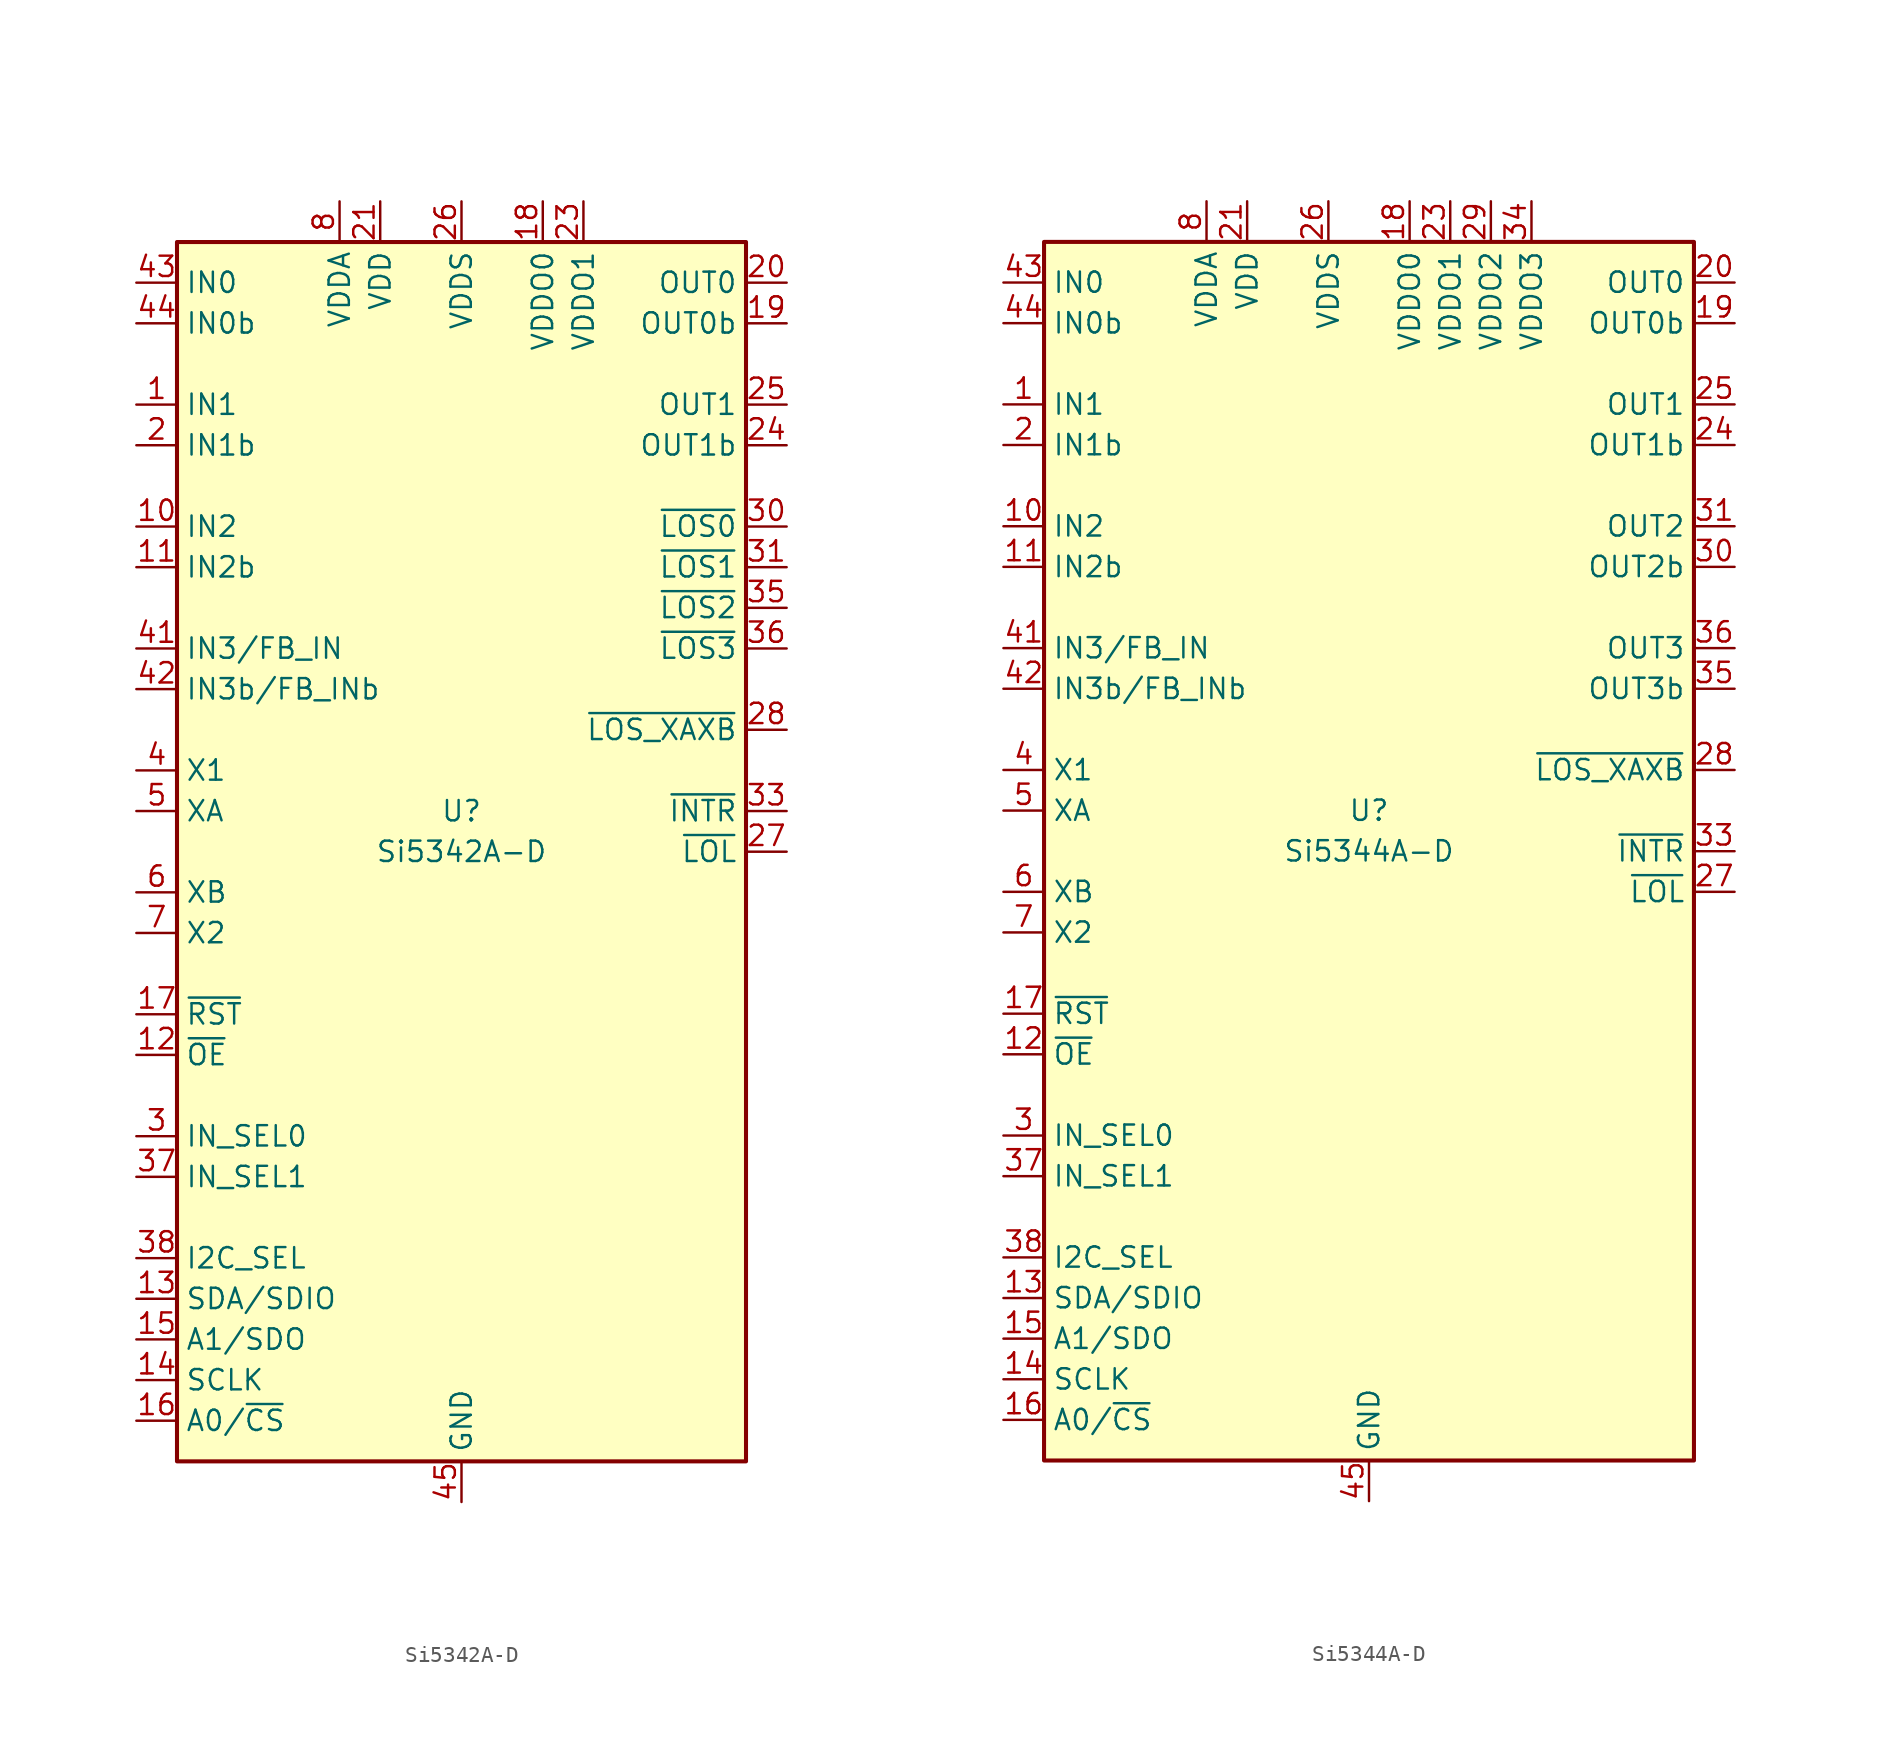
<source format=kicad_sym>
(kicad_symbol_lib
  (version 20201005)
  (generator kicad_symbol_editor)
  (symbol "Timer_PLL:Si5342A-D"
    (property "Reference" "U"
      (at 0 2.54 0)
      (effects (font (size 1.27 1.27))))
    (property "Value" "Si5342A-D"
      (at 0 0 0)
      (effects (font (size 1.27 1.27))))
    (symbol "Si5342A-D_0_1"
      (rectangle (start -17.78 38.1) (end 17.78 -38.1) (stroke (width 0.254)) (fill (type background))))
    (symbol "Si5342A-D_1_1"
      (pin input line (at -20.32 27.94 0) (length 2.54) (name "IN1" (effects (font (size 1.27 1.27)))) (number "1" (effects (font (size 1.27 1.27)))))
      (pin input line (at -20.32 20.32 0) (length 2.54) (name "IN2" (effects (font (size 1.27 1.27)))) (number "10" (effects (font (size 1.27 1.27)))))
      (pin input line (at -20.32 17.78 0) (length 2.54) (name "IN2b" (effects (font (size 1.27 1.27)))) (number "11" (effects (font (size 1.27 1.27)))))
      (pin input line (at -20.32 -12.7 0) (length 2.54) (name "~OE" (effects (font (size 1.27 1.27)))) (number "12" (effects (font (size 1.27 1.27)))))
      (pin bidirectional line (at -20.32 -27.94 0) (length 2.54) (name "SDA/SDIO" (effects (font (size 1.27 1.27)))) (number "13" (effects (font (size 1.27 1.27)))))
      (pin input line (at -20.32 -33.02 0) (length 2.54) (name "SCLK" (effects (font (size 1.27 1.27)))) (number "14" (effects (font (size 1.27 1.27)))))
      (pin bidirectional line (at -20.32 -30.48 0) (length 2.54) (name "A1/SDO" (effects (font (size 1.27 1.27)))) (number "15" (effects (font (size 1.27 1.27)))))
      (pin input line (at -20.32 -35.56 0) (length 2.54) (name "A0/~CS" (effects (font (size 1.27 1.27)))) (number "16" (effects (font (size 1.27 1.27)))))
      (pin input line (at -20.32 -10.16 0) (length 2.54) (name "~RST" (effects (font (size 1.27 1.27)))) (number "17" (effects (font (size 1.27 1.27)))))
      (pin power_in line (at 5.08 40.64 270) (length 2.54) (name "VDDO0" (effects (font (size 1.27 1.27)))) (number "18" (effects (font (size 1.27 1.27)))))
      (pin output line (at 20.32 33.02 180) (length 2.54) (name "OUT0b" (effects (font (size 1.27 1.27)))) (number "19" (effects (font (size 1.27 1.27)))))
      (pin input line (at -20.32 25.4 0) (length 2.54) (name "IN1b" (effects (font (size 1.27 1.27)))) (number "2" (effects (font (size 1.27 1.27)))))
      (pin output line (at 20.32 35.56 180) (length 2.54) (name "OUT0" (effects (font (size 1.27 1.27)))) (number "20" (effects (font (size 1.27 1.27)))))
      (pin power_in line (at -5.08 40.64 270) (length 2.54) (name "VDD" (effects (font (size 1.27 1.27)))) (number "21" (effects (font (size 1.27 1.27)))))
      (pin no_connect line (at 17.78 -35.56 180) (length 2.54) hide (name "NC" (effects (font (size 1.27 1.27)))) (number "22" (effects (font (size 1.27 1.27)))))
      (pin power_in line (at 7.62 40.64 270) (length 2.54) (name "VDDO1" (effects (font (size 1.27 1.27)))) (number "23" (effects (font (size 1.27 1.27)))))
      (pin output line (at 20.32 25.4 180) (length 2.54) (name "OUT1b" (effects (font (size 1.27 1.27)))) (number "24" (effects (font (size 1.27 1.27)))))
      (pin output line (at 20.32 27.94 180) (length 2.54) (name "OUT1" (effects (font (size 1.27 1.27)))) (number "25" (effects (font (size 1.27 1.27)))))
      (pin power_in line (at 0 40.64 270) (length 2.54) (name "VDDS" (effects (font (size 1.27 1.27)))) (number "26" (effects (font (size 1.27 1.27)))))
      (pin output line (at 20.32 0 180) (length 2.54) (name "~LOL" (effects (font (size 1.27 1.27)))) (number "27" (effects (font (size 1.27 1.27)))))
      (pin output line (at 20.32 7.62 180) (length 2.54) (name "~LOS_XAXB" (effects (font (size 1.27 1.27)))) (number "28" (effects (font (size 1.27 1.27)))))
      (pin passive line (at 0 40.64 270) (length 2.54) hide (name "VDDS" (effects (font (size 1.27 1.27)))) (number "29" (effects (font (size 1.27 1.27)))))
      (pin input line (at -20.32 -17.78 0) (length 2.54) (name "IN_SEL0" (effects (font (size 1.27 1.27)))) (number "3" (effects (font (size 1.27 1.27)))))
      (pin output line (at 20.32 20.32 180) (length 2.54) (name "~LOS0" (effects (font (size 1.27 1.27)))) (number "30" (effects (font (size 1.27 1.27)))))
      (pin output line (at 20.32 17.78 180) (length 2.54) (name "~LOS1" (effects (font (size 1.27 1.27)))) (number "31" (effects (font (size 1.27 1.27)))))
      (pin passive line (at -5.08 40.64 270) (length 2.54) hide (name "VDD" (effects (font (size 1.27 1.27)))) (number "32" (effects (font (size 1.27 1.27)))))
      (pin output line (at 20.32 2.54 180) (length 2.54) (name "~INTR" (effects (font (size 1.27 1.27)))) (number "33" (effects (font (size 1.27 1.27)))))
      (pin passive line (at 0 40.64 270) (length 2.54) hide (name "VDDS" (effects (font (size 1.27 1.27)))) (number "34" (effects (font (size 1.27 1.27)))))
      (pin output line (at 20.32 15.24 180) (length 2.54) (name "~LOS2" (effects (font (size 1.27 1.27)))) (number "35" (effects (font (size 1.27 1.27)))))
      (pin output line (at 20.32 12.7 180) (length 2.54) (name "~LOS3" (effects (font (size 1.27 1.27)))) (number "36" (effects (font (size 1.27 1.27)))))
      (pin input line (at -20.32 -20.32 0) (length 2.54) (name "IN_SEL1" (effects (font (size 1.27 1.27)))) (number "37" (effects (font (size 1.27 1.27)))))
      (pin input line (at -20.32 -25.4 0) (length 2.54) (name "I2C_SEL" (effects (font (size 1.27 1.27)))) (number "38" (effects (font (size 1.27 1.27)))))
      (pin passive line (at -5.08 40.64 270) (length 2.54) hide (name "VDD" (effects (font (size 1.27 1.27)))) (number "39" (effects (font (size 1.27 1.27)))))
      (pin input line (at -20.32 5.08 0) (length 2.54) (name "X1" (effects (font (size 1.27 1.27)))) (number "4" (effects (font (size 1.27 1.27)))))
      (pin passive line (at -5.08 40.64 270) (length 2.54) hide (name "VDD" (effects (font (size 1.27 1.27)))) (number "40" (effects (font (size 1.27 1.27)))))
      (pin input line (at -20.32 12.7 0) (length 2.54) (name "IN3/FB_IN" (effects (font (size 1.27 1.27)))) (number "41" (effects (font (size 1.27 1.27)))))
      (pin input line (at -20.32 10.16 0) (length 2.54) (name "IN3b/FB_INb" (effects (font (size 1.27 1.27)))) (number "42" (effects (font (size 1.27 1.27)))))
      (pin input line (at -20.32 35.56 0) (length 2.54) (name "IN0" (effects (font (size 1.27 1.27)))) (number "43" (effects (font (size 1.27 1.27)))))
      (pin input line (at -20.32 33.02 0) (length 2.54) (name "IN0b" (effects (font (size 1.27 1.27)))) (number "44" (effects (font (size 1.27 1.27)))))
      (pin power_in line (at 0 -40.64 90) (length 2.54) (name "GND" (effects (font (size 1.27 1.27)))) (number "45" (effects (font (size 1.27 1.27)))))
      (pin input line (at -20.32 2.54 0) (length 2.54) (name "XA" (effects (font (size 1.27 1.27)))) (number "5" (effects (font (size 1.27 1.27)))))
      (pin input line (at -20.32 -2.54 0) (length 2.54) (name "XB" (effects (font (size 1.27 1.27)))) (number "6" (effects (font (size 1.27 1.27)))))
      (pin input line (at -20.32 -5.08 0) (length 2.54) (name "X2" (effects (font (size 1.27 1.27)))) (number "7" (effects (font (size 1.27 1.27)))))
      (pin power_in line (at -7.62 40.64 270) (length 2.54) (name "VDDA" (effects (font (size 1.27 1.27)))) (number "8" (effects (font (size 1.27 1.27)))))
      (pin passive line (at -7.62 40.64 270) (length 2.54) hide (name "VDDA" (effects (font (size 1.27 1.27)))) (number "9" (effects (font (size 1.27 1.27)))))))
  (symbol "Timer_PLL:Si5344A-D"
    (property "Reference" "U"
      (at 0 2.54 0)
      (effects (font (size 1.27 1.27))))
    (property "Value" "Si5344A-D"
      (at 0 0 0)
      (effects (font (size 1.27 1.27))))
    (symbol "Si5344A-D_0_1"
      (rectangle (start -20.32 38.1) (end 20.32 -38.1) (stroke (width 0.254)) (fill (type background))))
    (symbol "Si5344A-D_1_1"
      (pin input line (at -22.86 27.94 0) (length 2.54) (name "IN1" (effects (font (size 1.27 1.27)))) (number "1" (effects (font (size 1.27 1.27)))))
      (pin input line (at -22.86 20.32 0) (length 2.54) (name "IN2" (effects (font (size 1.27 1.27)))) (number "10" (effects (font (size 1.27 1.27)))))
      (pin input line (at -22.86 17.78 0) (length 2.54) (name "IN2b" (effects (font (size 1.27 1.27)))) (number "11" (effects (font (size 1.27 1.27)))))
      (pin input line (at -22.86 -12.7 0) (length 2.54) (name "~OE" (effects (font (size 1.27 1.27)))) (number "12" (effects (font (size 1.27 1.27)))))
      (pin bidirectional line (at -22.86 -27.94 0) (length 2.54) (name "SDA/SDIO" (effects (font (size 1.27 1.27)))) (number "13" (effects (font (size 1.27 1.27)))))
      (pin input line (at -22.86 -33.02 0) (length 2.54) (name "SCLK" (effects (font (size 1.27 1.27)))) (number "14" (effects (font (size 1.27 1.27)))))
      (pin bidirectional line (at -22.86 -30.48 0) (length 2.54) (name "A1/SDO" (effects (font (size 1.27 1.27)))) (number "15" (effects (font (size 1.27 1.27)))))
      (pin input line (at -22.86 -35.56 0) (length 2.54) (name "A0/~CS" (effects (font (size 1.27 1.27)))) (number "16" (effects (font (size 1.27 1.27)))))
      (pin input line (at -22.86 -10.16 0) (length 2.54) (name "~RST" (effects (font (size 1.27 1.27)))) (number "17" (effects (font (size 1.27 1.27)))))
      (pin power_in line (at 2.54 40.64 270) (length 2.54) (name "VDDO0" (effects (font (size 1.27 1.27)))) (number "18" (effects (font (size 1.27 1.27)))))
      (pin output line (at 22.86 33.02 180) (length 2.54) (name "OUT0b" (effects (font (size 1.27 1.27)))) (number "19" (effects (font (size 1.27 1.27)))))
      (pin input line (at -22.86 25.4 0) (length 2.54) (name "IN1b" (effects (font (size 1.27 1.27)))) (number "2" (effects (font (size 1.27 1.27)))))
      (pin output line (at 22.86 35.56 180) (length 2.54) (name "OUT0" (effects (font (size 1.27 1.27)))) (number "20" (effects (font (size 1.27 1.27)))))
      (pin power_in line (at -7.62 40.64 270) (length 2.54) (name "VDD" (effects (font (size 1.27 1.27)))) (number "21" (effects (font (size 1.27 1.27)))))
      (pin no_connect line (at 20.32 -35.56 180) (length 2.54) hide (name "NC" (effects (font (size 1.27 1.27)))) (number "22" (effects (font (size 1.27 1.27)))))
      (pin power_in line (at 5.08 40.64 270) (length 2.54) (name "VDDO1" (effects (font (size 1.27 1.27)))) (number "23" (effects (font (size 1.27 1.27)))))
      (pin output line (at 22.86 25.4 180) (length 2.54) (name "OUT1b" (effects (font (size 1.27 1.27)))) (number "24" (effects (font (size 1.27 1.27)))))
      (pin output line (at 22.86 27.94 180) (length 2.54) (name "OUT1" (effects (font (size 1.27 1.27)))) (number "25" (effects (font (size 1.27 1.27)))))
      (pin power_in line (at -2.54 40.64 270) (length 2.54) (name "VDDS" (effects (font (size 1.27 1.27)))) (number "26" (effects (font (size 1.27 1.27)))))
      (pin output line (at 22.86 -2.54 180) (length 2.54) (name "~LOL" (effects (font (size 1.27 1.27)))) (number "27" (effects (font (size 1.27 1.27)))))
      (pin output line (at 22.86 5.08 180) (length 2.54) (name "~LOS_XAXB" (effects (font (size 1.27 1.27)))) (number "28" (effects (font (size 1.27 1.27)))))
      (pin power_in line (at 7.62 40.64 270) (length 2.54) (name "VDDO2" (effects (font (size 1.27 1.27)))) (number "29" (effects (font (size 1.27 1.27)))))
      (pin input line (at -22.86 -17.78 0) (length 2.54) (name "IN_SEL0" (effects (font (size 1.27 1.27)))) (number "3" (effects (font (size 1.27 1.27)))))
      (pin output line (at 22.86 17.78 180) (length 2.54) (name "OUT2b" (effects (font (size 1.27 1.27)))) (number "30" (effects (font (size 1.27 1.27)))))
      (pin output line (at 22.86 20.32 180) (length 2.54) (name "OUT2" (effects (font (size 1.27 1.27)))) (number "31" (effects (font (size 1.27 1.27)))))
      (pin passive line (at -7.62 40.64 270) (length 2.54) hide (name "VDD" (effects (font (size 1.27 1.27)))) (number "32" (effects (font (size 1.27 1.27)))))
      (pin output line (at 22.86 0 180) (length 2.54) (name "~INTR" (effects (font (size 1.27 1.27)))) (number "33" (effects (font (size 1.27 1.27)))))
      (pin power_in line (at 10.16 40.64 270) (length 2.54) (name "VDDO3" (effects (font (size 1.27 1.27)))) (number "34" (effects (font (size 1.27 1.27)))))
      (pin output line (at 22.86 10.16 180) (length 2.54) (name "OUT3b" (effects (font (size 1.27 1.27)))) (number "35" (effects (font (size 1.27 1.27)))))
      (pin output line (at 22.86 12.7 180) (length 2.54) (name "OUT3" (effects (font (size 1.27 1.27)))) (number "36" (effects (font (size 1.27 1.27)))))
      (pin input line (at -22.86 -20.32 0) (length 2.54) (name "IN_SEL1" (effects (font (size 1.27 1.27)))) (number "37" (effects (font (size 1.27 1.27)))))
      (pin input line (at -22.86 -25.4 0) (length 2.54) (name "I2C_SEL" (effects (font (size 1.27 1.27)))) (number "38" (effects (font (size 1.27 1.27)))))
      (pin passive line (at -7.62 40.64 270) (length 2.54) hide (name "VDD" (effects (font (size 1.27 1.27)))) (number "39" (effects (font (size 1.27 1.27)))))
      (pin input line (at -22.86 5.08 0) (length 2.54) (name "X1" (effects (font (size 1.27 1.27)))) (number "4" (effects (font (size 1.27 1.27)))))
      (pin passive line (at -7.62 40.64 270) (length 2.54) hide (name "VDD" (effects (font (size 1.27 1.27)))) (number "40" (effects (font (size 1.27 1.27)))))
      (pin input line (at -22.86 12.7 0) (length 2.54) (name "IN3/FB_IN" (effects (font (size 1.27 1.27)))) (number "41" (effects (font (size 1.27 1.27)))))
      (pin input line (at -22.86 10.16 0) (length 2.54) (name "IN3b/FB_INb" (effects (font (size 1.27 1.27)))) (number "42" (effects (font (size 1.27 1.27)))))
      (pin input line (at -22.86 35.56 0) (length 2.54) (name "IN0" (effects (font (size 1.27 1.27)))) (number "43" (effects (font (size 1.27 1.27)))))
      (pin input line (at -22.86 33.02 0) (length 2.54) (name "IN0b" (effects (font (size 1.27 1.27)))) (number "44" (effects (font (size 1.27 1.27)))))
      (pin power_in line (at 0 -40.64 90) (length 2.54) (name "GND" (effects (font (size 1.27 1.27)))) (number "45" (effects (font (size 1.27 1.27)))))
      (pin input line (at -22.86 2.54 0) (length 2.54) (name "XA" (effects (font (size 1.27 1.27)))) (number "5" (effects (font (size 1.27 1.27)))))
      (pin input line (at -22.86 -2.54 0) (length 2.54) (name "XB" (effects (font (size 1.27 1.27)))) (number "6" (effects (font (size 1.27 1.27)))))
      (pin input line (at -22.86 -5.08 0) (length 2.54) (name "X2" (effects (font (size 1.27 1.27)))) (number "7" (effects (font (size 1.27 1.27)))))
      (pin power_in line (at -10.16 40.64 270) (length 2.54) (name "VDDA" (effects (font (size 1.27 1.27)))) (number "8" (effects (font (size 1.27 1.27)))))
      (pin passive line (at -10.16 40.64 270) (length 2.54) hide (name "VDDA" (effects (font (size 1.27 1.27)))) (number "9" (effects (font (size 1.27 1.27))))))))
</source>
